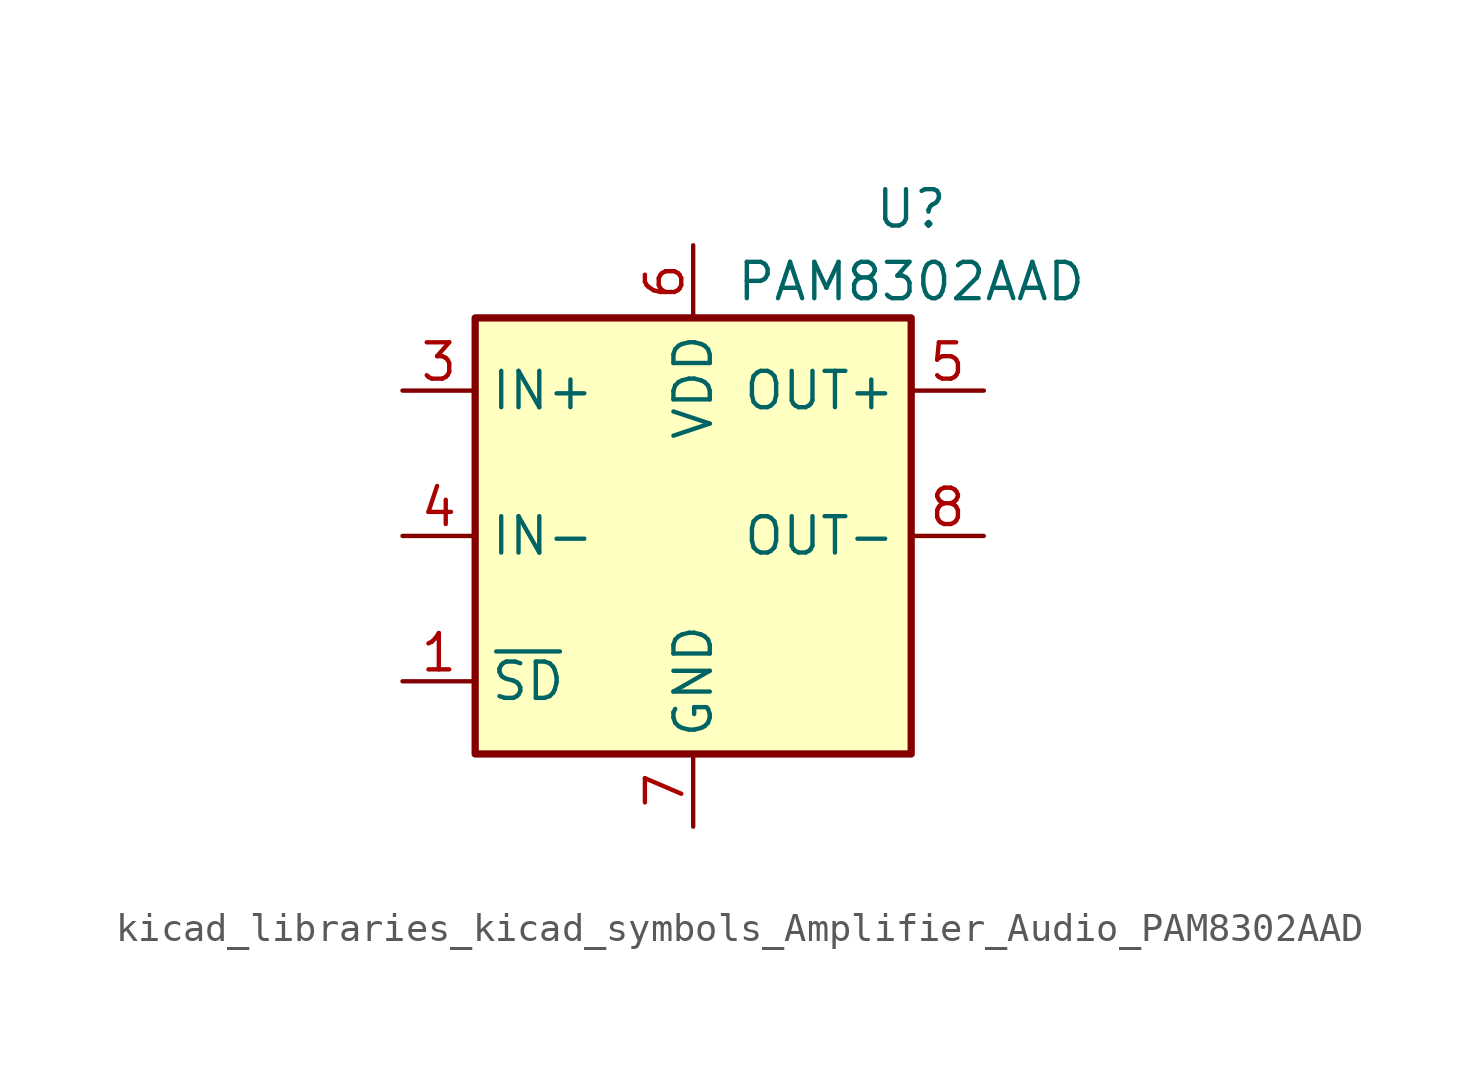
<source format=kicad_sym>
(kicad_symbol_lib
  (version 20220914)
  (generator kicad_symbol_editor)
  (symbol "kicad_libraries_kicad_symbols_Amplifier_Audio_PAM8302AAD"
    (property "Reference" "U"
      (at 7.62 11.43 0)
      (effects (font (size 1.27 1.27))))
    (property "Value" "PAM8302AAD"
      (at 7.62 8.89 0)
      (effects (font (size 1.27 1.27))))
    (symbol "kicad_libraries_kicad_symbols_Amplifier_Audio_PAM8302AAD_0_1"
      (rectangle (start -7.62 7.62) (end 7.62 -7.62) (stroke (width 0.254) (type default)) (fill (type background))))
    (symbol "kicad_libraries_kicad_symbols_Amplifier_Audio_PAM8302AAD_1_1"
      (pin input line (at -10.16 -5.08 0) (length 2.54) (name "~{SD}" (effects (font (size 1.27 1.27)))) (number "1" (effects (font (size 1.27 1.27)))))
      (pin no_connect line (at 7.62 -5.08 180) (length 2.54) hide (name "NC" (effects (font (size 1.27 1.27)))) (number "2" (effects (font (size 1.27 1.27)))))
      (pin input line (at -10.16 5.08 0) (length 2.54) (name "IN+" (effects (font (size 1.27 1.27)))) (number "3" (effects (font (size 1.27 1.27)))))
      (pin input line (at -10.16 0 0) (length 2.54) (name "IN-" (effects (font (size 1.27 1.27)))) (number "4" (effects (font (size 1.27 1.27)))))
      (pin output line (at 10.16 5.08 180) (length 2.54) (name "OUT+" (effects (font (size 1.27 1.27)))) (number "5" (effects (font (size 1.27 1.27)))))
      (pin power_in line (at 0 10.16 270) (length 2.54) (name "VDD" (effects (font (size 1.27 1.27)))) (number "6" (effects (font (size 1.27 1.27)))))
      (pin power_in line (at 0 -10.16 90) (length 2.54) (name "GND" (effects (font (size 1.27 1.27)))) (number "7" (effects (font (size 1.27 1.27)))))
      (pin output line (at 10.16 0 180) (length 2.54) (name "OUT-" (effects (font (size 1.27 1.27)))) (number "8" (effects (font (size 1.27 1.27))))))))
</source>
